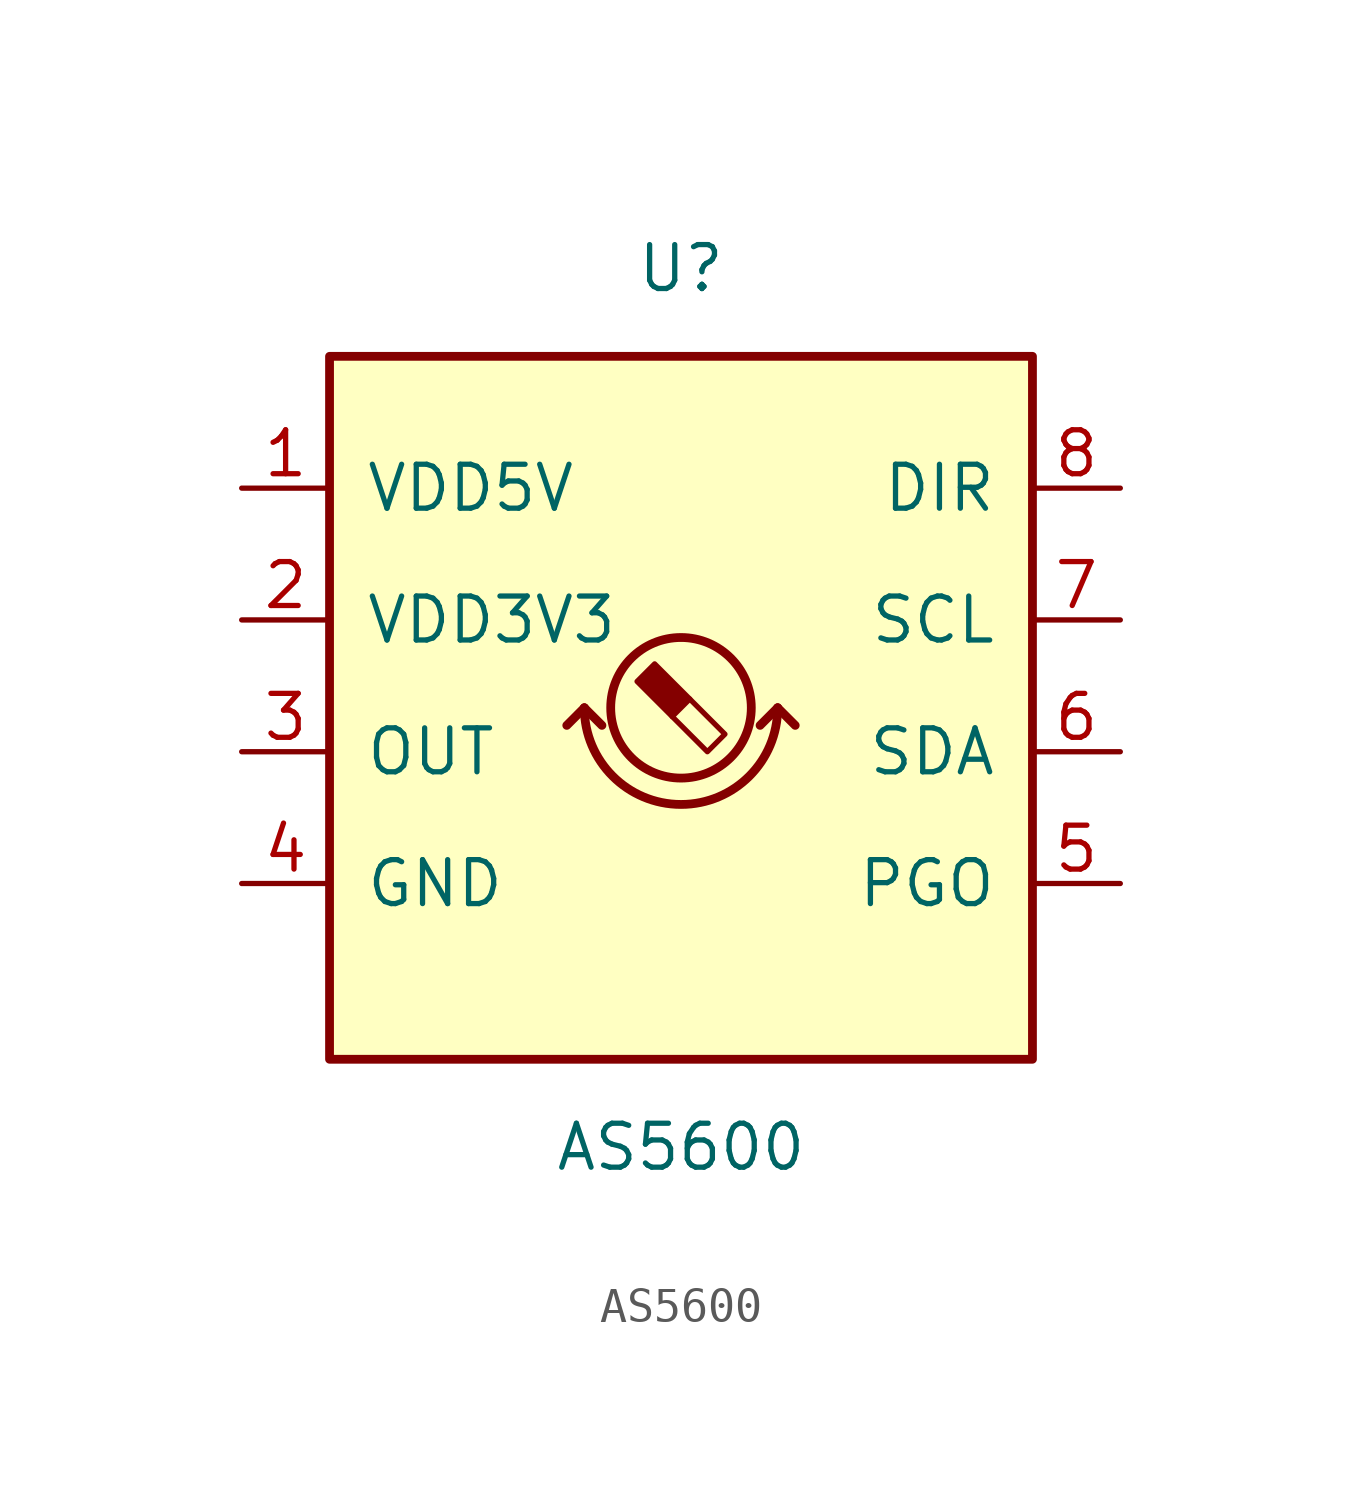
<source format=kicad_sym>
(kicad_symbol_lib
  (version 20211014)
  (generator kicad_symbol_editor)
  (symbol "AS5600"
    (pin_names
      (offset 1.016))
    (property "Reference" "U"
      (at 0 12.7 0)
      (effects (font (size 1.27 1.27))))
    (property "Value" "AS5600"
      (at 0 -12.7 0)
      (effects (font (size 1.27 1.27))))
    (symbol "AS5600_1_1"
      (rectangle (start -10.16 10.16) (end 10.16 -10.16) (stroke (width 0.254) (type default) (color 0 0 0 0)) (fill (type background)))
      (arc (start -2.794 0) (mid 0 -2.794) (end 2.794 0) (stroke (width 0.254) (type default) (color 0 0 0 0)) (fill (type none)))
      (polyline (pts (xy -2.794 0) (xy -3.302 -0.508)) (stroke (width 0.254) (type default) (color 0 0 0 0)) (fill (type none)))
      (polyline (pts (xy -2.794 0) (xy -2.286 -0.508)) (stroke (width 0.254) (type default) (color 0 0 0 0)) (fill (type none)))
      (polyline (pts (xy 2.794 0) (xy 2.286 -0.508)) (stroke (width 0.254) (type default) (color 0 0 0 0)) (fill (type none)))
      (polyline (pts (xy 2.794 0) (xy 3.302 -0.508)) (stroke (width 0.254) (type default) (color 0 0 0 0)) (fill (type none)))
      (polyline (pts (xy 0.254 0.254) (xy 1.27 -0.762) (xy 0.762 -1.27) (xy -0.254 -0.254)) (stroke (width 0) (type default) (color 0 0 0 0)) (fill (type none)))
      (polyline (pts (xy -0.762 1.27) (xy 0.254 0.254) (xy -0.254 -0.254) (xy -1.27 0.762) (xy -1.016 1.016) (xy -0.762 1.27) (xy -0.635 1.143)) (stroke (width 0) (type default) (color 0 0 0 0)) (fill (type outline)))
      (circle (center 0 0) (radius 2.032) (stroke (width 0.254) (type default) (color 0 0 0 0)) (fill (type none)))
      (pin power_in line (at -12.7 6.35 0) (length 2.54) (name "VDD5V" (effects (font (size 1.27 1.27)))) (number "1" (effects (font (size 1.27 1.27)))))
      (pin power_in line (at -12.7 2.54 0) (length 2.54) (name "VDD3V3" (effects (font (size 1.27 1.27)))) (number "2" (effects (font (size 1.27 1.27)))))
      (pin bidirectional line (at -12.7 -1.27 0) (length 2.54) (name "OUT" (effects (font (size 1.27 1.27)))) (number "3" (effects (font (size 1.27 1.27)))))
      (pin power_in line (at -12.7 -5.08 0) (length 2.54) (name "GND" (effects (font (size 1.27 1.27)))) (number "4" (effects (font (size 1.27 1.27)))))
      (pin input line (at 12.7 -5.08 180) (length 2.54) (name "PGO" (effects (font (size 1.27 1.27)))) (number "5" (effects (font (size 1.27 1.27)))))
      (pin bidirectional line (at 12.7 -1.27 180) (length 2.54) (name "SDA" (effects (font (size 1.27 1.27)))) (number "6" (effects (font (size 1.27 1.27)))))
      (pin input line (at 12.7 2.54 180) (length 2.54) (name "SCL" (effects (font (size 1.27 1.27)))) (number "7" (effects (font (size 1.27 1.27)))))
      (pin input line (at 12.7 6.35 180) (length 2.54) (name "DIR" (effects (font (size 1.27 1.27)))) (number "8" (effects (font (size 1.27 1.27))))))))
</source>
